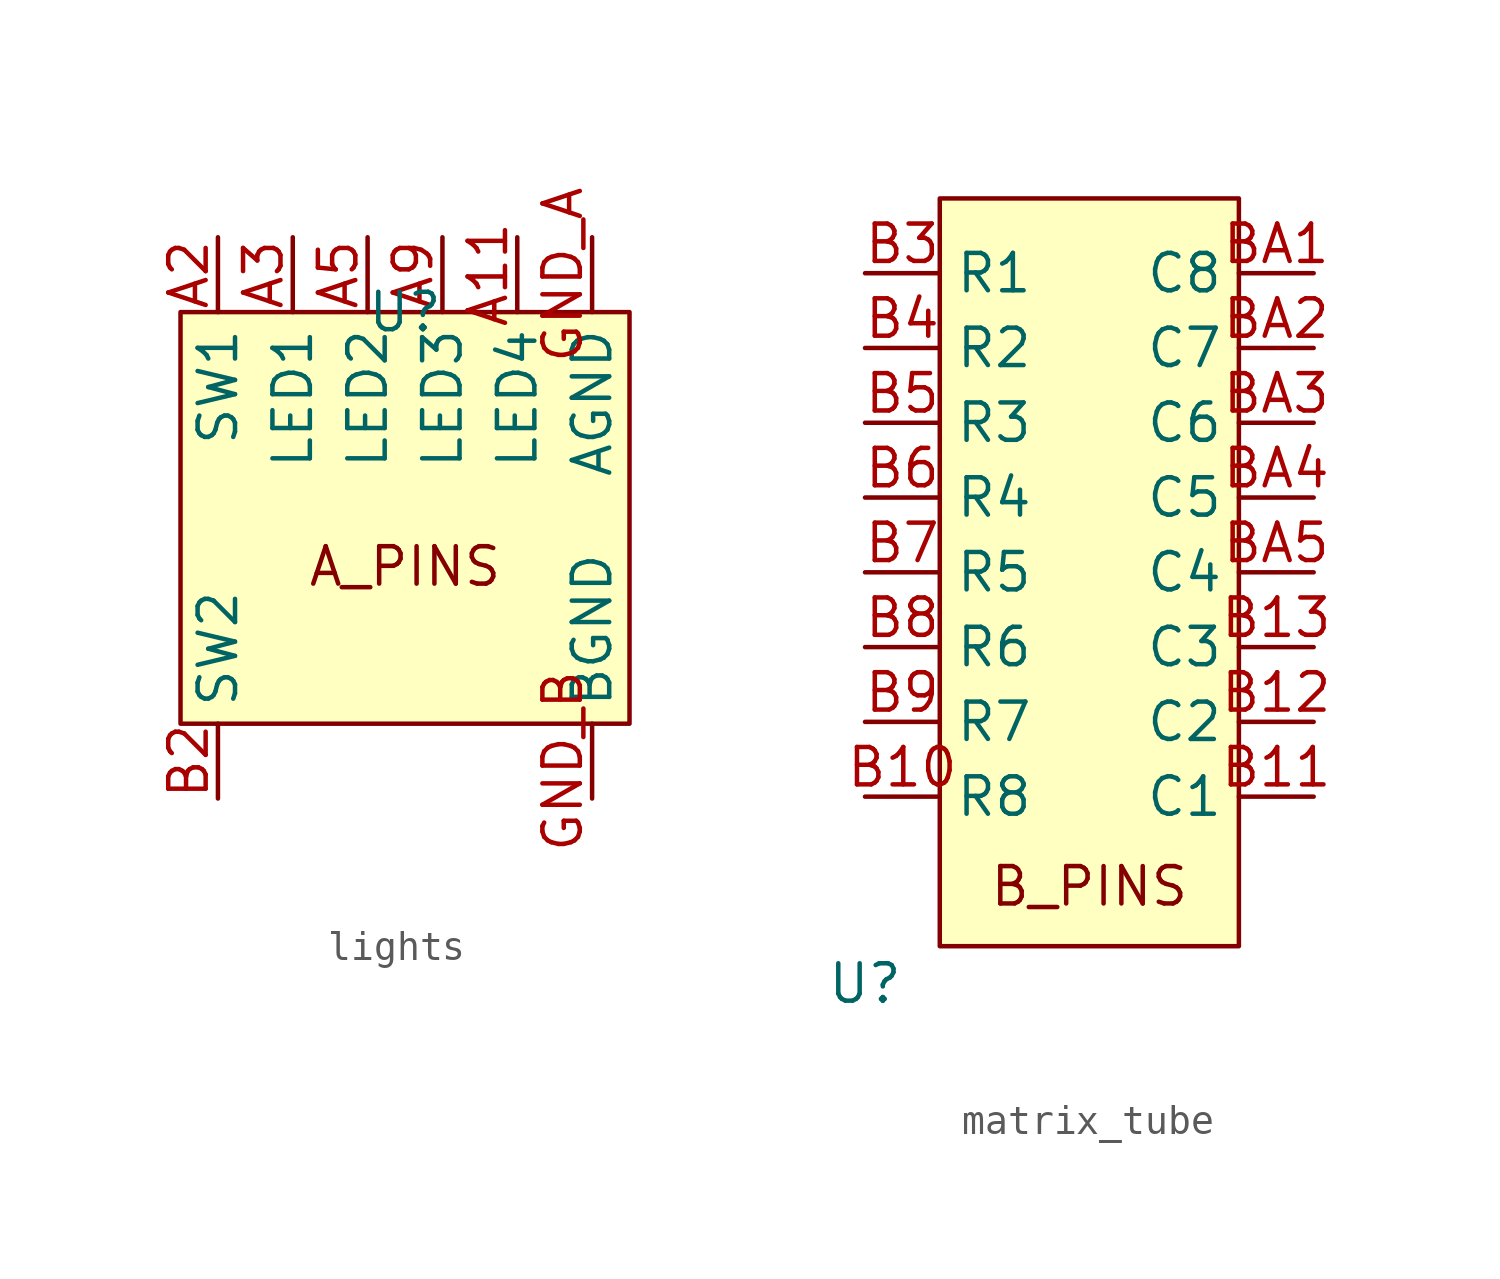
<source format=kicad_sym>
(kicad_symbol_lib
  (version 20241209)
  (generator "kicad_symbol_editor")
  (generator_version "9.0")
  (symbol "lights"
    (property "Reference" "U"
      (at 0 0 0)
      (effects (font (size 1.27 1.27))))
    (property "Value" ""
      (at 0 0 0)
      (effects (font (size 1.27 1.27))))
    (symbol "lights_1_1"
      (rectangle (start -7.62 0) (end 7.62 -13.97) (stroke (width 0) (type solid)) (fill (type background)))
      (text "A_PINS\n" (at 0 -8.636 0) (effects (font (size 1.27 1.27))))
      (pin input line (at -6.35 2.54 270) (length 2.54) (name "SW1" (effects (font (size 1.27 1.27)))) (number "A2" (effects (font (size 1.27 1.27)))))
      (pin input line (at -6.35 -16.51 90) (length 2.54) (name "SW2" (effects (font (size 1.27 1.27)))) (number "B2" (effects (font (size 1.27 1.27)))))
      (pin input line (at -3.81 2.54 270) (length 2.54) (name "LED1" (effects (font (size 1.27 1.27)))) (number "A3" (effects (font (size 1.27 1.27)))))
      (pin input line (at -1.27 2.54 270) (length 2.54) (name "LED2" (effects (font (size 1.27 1.27)))) (number "A5" (effects (font (size 1.27 1.27)))))
      (pin input line (at 1.27 2.54 270) (length 2.54) (name "LED3" (effects (font (size 1.27 1.27)))) (number "A9" (effects (font (size 1.27 1.27)))))
      (pin input line (at 3.81 2.54 270) (length 2.54) (name "LED4" (effects (font (size 1.27 1.27)))) (number "A11" (effects (font (size 1.27 1.27)))))
      (pin input line (at 6.35 2.54 270) (length 2.54) (name "AGND" (effects (font (size 1.27 1.27)))) (number "GND_A" (effects (font (size 1.27 1.27)))))
      (pin input line (at 6.35 -16.51 90) (length 2.54) (name "BGND" (effects (font (size 1.27 1.27)))) (number "GND_B" (effects (font (size 1.27 1.27)))))))
  (symbol "matrix_tube"
    (property "Reference" "U"
      (at 0 0 0)
      (effects (font (size 1.27 1.27))))
    (property "Value" ""
      (at 0 0 0)
      (effects (font (size 1.27 1.27))))
    (symbol "matrix_tube_1_1"
      (rectangle (start 2.54 26.67) (end 12.7 1.27) (stroke (width 0) (type solid)) (fill (type background)))
      (text "B_PINS" (at 7.62 3.302 0) (effects (font (size 1.27 1.27))))
      (pin input line (at 0 24.13 0) (length 2.54) (name "R1" (effects (font (size 1.27 1.27)))) (number "B3" (effects (font (size 1.27 1.27)))))
      (pin input line (at 0 21.59 0) (length 2.54) (name "R2" (effects (font (size 1.27 1.27)))) (number "B4" (effects (font (size 1.27 1.27)))))
      (pin input line (at 0 19.05 0) (length 2.54) (name "R3" (effects (font (size 1.27 1.27)))) (number "B5" (effects (font (size 1.27 1.27)))))
      (pin input line (at 0 16.51 0) (length 2.54) (name "R4" (effects (font (size 1.27 1.27)))) (number "B6" (effects (font (size 1.27 1.27)))))
      (pin input line (at 0 13.97 0) (length 2.54) (name "R5" (effects (font (size 1.27 1.27)))) (number "B7" (effects (font (size 1.27 1.27)))))
      (pin input line (at 0 11.43 0) (length 2.54) (name "R6" (effects (font (size 1.27 1.27)))) (number "B8" (effects (font (size 1.27 1.27)))))
      (pin input line (at 0 8.89 0) (length 2.54) (name "R7" (effects (font (size 1.27 1.27)))) (number "B9" (effects (font (size 1.27 1.27)))))
      (pin input line (at 0 6.35 0) (length 2.54) (name "R8" (effects (font (size 1.27 1.27)))) (number "B10" (effects (font (size 1.27 1.27)))))
      (pin input line (at 15.24 24.13 180) (length 2.54) (name "C8" (effects (font (size 1.27 1.27)))) (number "BA1" (effects (font (size 1.27 1.27)))))
      (pin input line (at 15.24 21.59 180) (length 2.54) (name "C7" (effects (font (size 1.27 1.27)))) (number "BA2" (effects (font (size 1.27 1.27)))))
      (pin input line (at 15.24 19.05 180) (length 2.54) (name "C6" (effects (font (size 1.27 1.27)))) (number "BA3" (effects (font (size 1.27 1.27)))))
      (pin input line (at 15.24 16.51 180) (length 2.54) (name "C5" (effects (font (size 1.27 1.27)))) (number "BA4" (effects (font (size 1.27 1.27)))))
      (pin input line (at 15.24 13.97 180) (length 2.54) (name "C4" (effects (font (size 1.27 1.27)))) (number "BA5" (effects (font (size 1.27 1.27)))))
      (pin input line (at 15.24 11.43 180) (length 2.54) (name "C3" (effects (font (size 1.27 1.27)))) (number "B13" (effects (font (size 1.27 1.27)))))
      (pin input line (at 15.24 8.89 180) (length 2.54) (name "C2" (effects (font (size 1.27 1.27)))) (number "B12" (effects (font (size 1.27 1.27)))))
      (pin input line (at 15.24 6.35 180) (length 2.54) (name "C1" (effects (font (size 1.27 1.27)))) (number "B11" (effects (font (size 1.27 1.27))))))))
</source>
